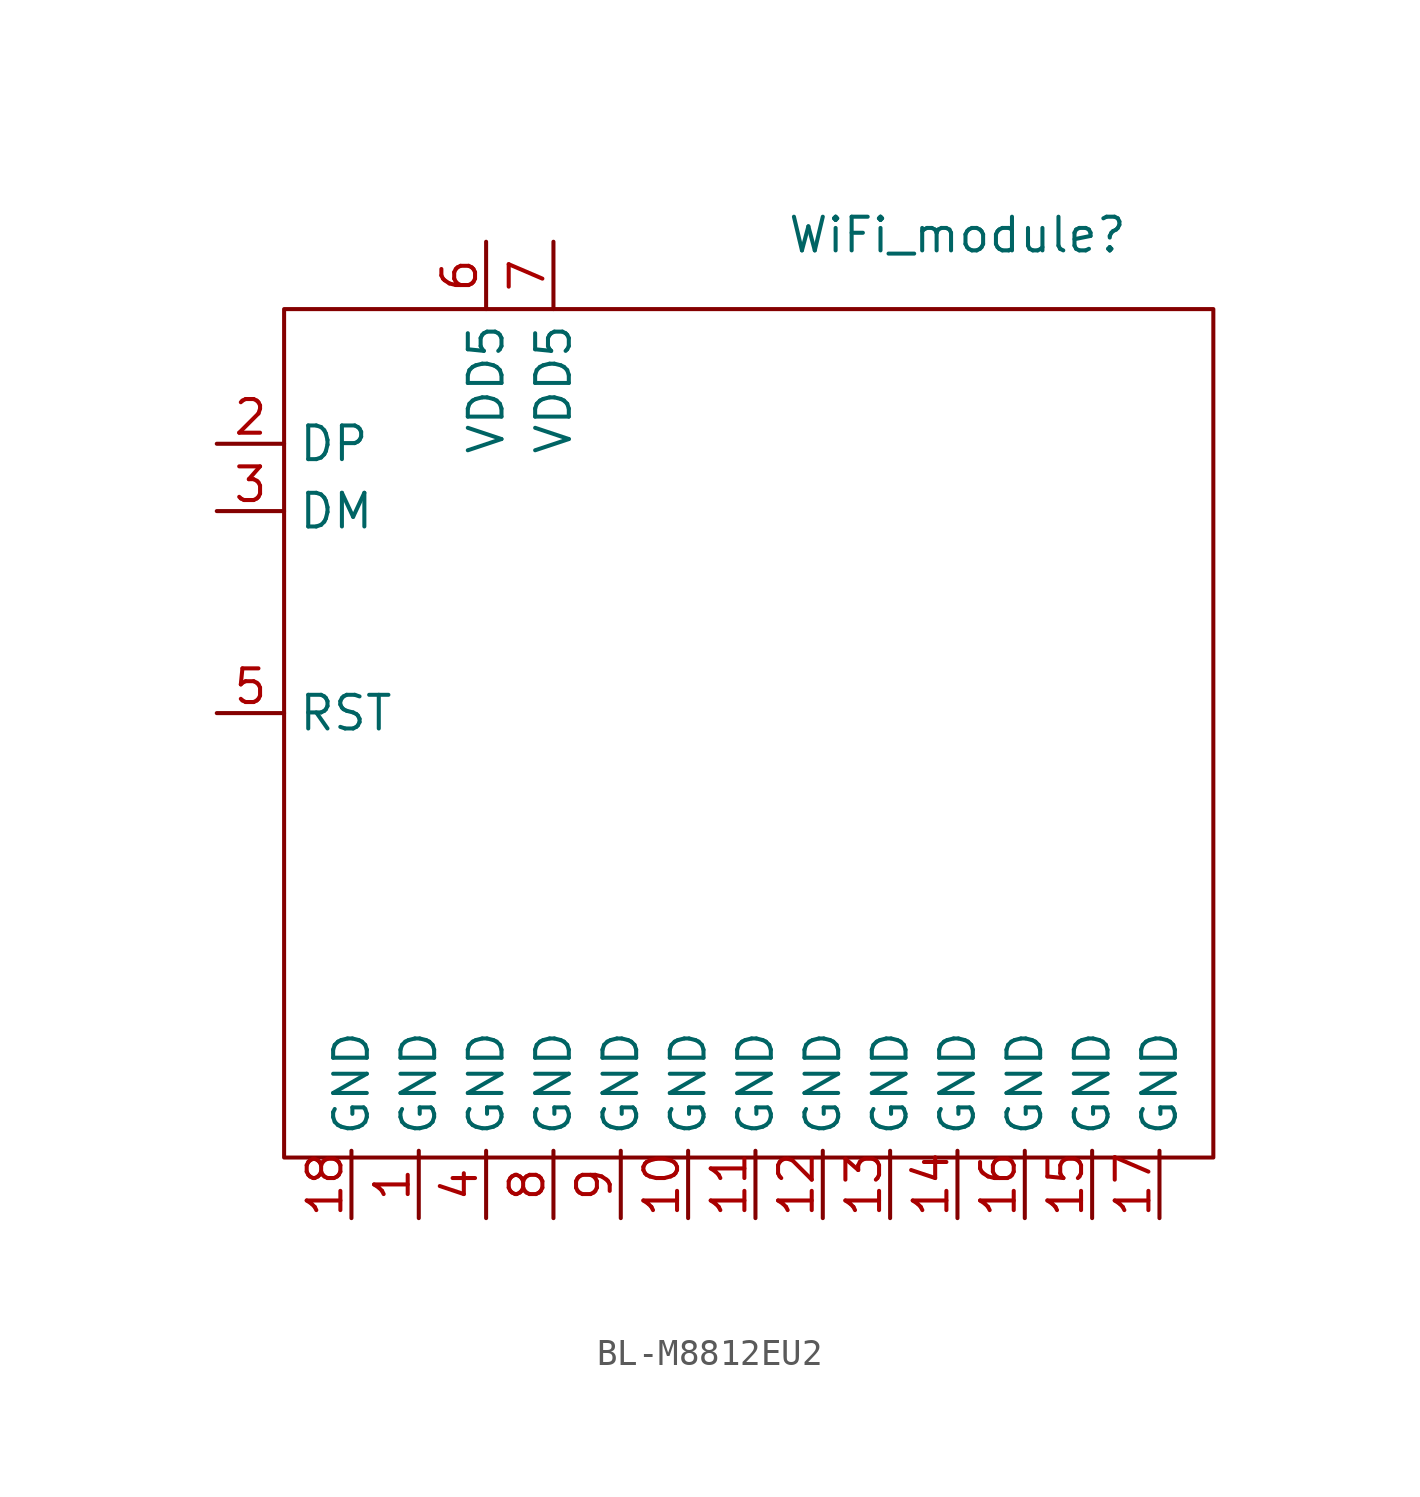
<source format=kicad_sym>
(kicad_symbol_lib
  (version 20241209)
  (generator "kicad_symbol_editor")
  (generator_version "9.0")
  (symbol "BL-M8812EU2"
    (property "Reference" "WiFi_module"
      (at 25.4 2.794 0)
      (effects (font (size 1.27 1.27))))
    (property "Value" ""
      (at 0 0 0)
      (effects (font (size 1.27 1.27))))
    (symbol "BL-M8812EU2_0_1"
      (rectangle (start 0 0) (end 35.052 -32.004) (stroke (width 0) (type default)) (fill (type none))))
    (symbol "BL-M8812EU2_1_1"
      (pin bidirectional line (at -2.54 -5.08 0) (length 2.54) (name "DP" (effects (font (size 1.27 1.27)))) (number "2" (effects (font (size 1.27 1.27)))))
      (pin bidirectional line (at -2.54 -7.62 0) (length 2.54) (name "DM" (effects (font (size 1.27 1.27)))) (number "3" (effects (font (size 1.27 1.27)))))
      (pin input line (at -2.54 -15.24 0) (length 2.54) (name "RST" (effects (font (size 1.27 1.27)))) (number "5" (effects (font (size 1.27 1.27)))))
      (pin power_in line (at 2.54 -34.29 90) (length 2.54) (name "GND" (effects (font (size 1.27 1.27)))) (number "18" (effects (font (size 1.27 1.27)))))
      (pin power_in line (at 5.08 -34.29 90) (length 2.54) (name "GND" (effects (font (size 1.27 1.27)))) (number "1" (effects (font (size 1.27 1.27)))))
      (pin power_in line (at 7.62 2.54 270) (length 2.54) (name "VDD5" (effects (font (size 1.27 1.27)))) (number "6" (effects (font (size 1.27 1.27)))))
      (pin power_in line (at 7.62 -34.29 90) (length 2.54) (name "GND" (effects (font (size 1.27 1.27)))) (number "4" (effects (font (size 1.27 1.27)))))
      (pin power_in line (at 10.16 2.54 270) (length 2.54) (name "VDD5" (effects (font (size 1.27 1.27)))) (number "7" (effects (font (size 1.27 1.27)))))
      (pin power_in line (at 10.16 -34.29 90) (length 2.54) (name "GND" (effects (font (size 1.27 1.27)))) (number "8" (effects (font (size 1.27 1.27)))))
      (pin power_in line (at 12.7 -34.29 90) (length 2.54) (name "GND" (effects (font (size 1.27 1.27)))) (number "9" (effects (font (size 1.27 1.27)))))
      (pin power_in line (at 15.24 -34.29 90) (length 2.54) (name "GND" (effects (font (size 1.27 1.27)))) (number "10" (effects (font (size 1.27 1.27)))))
      (pin power_in line (at 17.78 -34.29 90) (length 2.54) (name "GND" (effects (font (size 1.27 1.27)))) (number "11" (effects (font (size 1.27 1.27)))))
      (pin power_in line (at 20.32 -34.29 90) (length 2.54) (name "GND" (effects (font (size 1.27 1.27)))) (number "12" (effects (font (size 1.27 1.27)))))
      (pin power_in line (at 22.86 -34.29 90) (length 2.54) (name "GND" (effects (font (size 1.27 1.27)))) (number "13" (effects (font (size 1.27 1.27)))))
      (pin power_in line (at 25.4 -34.29 90) (length 2.54) (name "GND" (effects (font (size 1.27 1.27)))) (number "14" (effects (font (size 1.27 1.27)))))
      (pin power_in line (at 27.94 -34.29 90) (length 2.54) (name "GND" (effects (font (size 1.27 1.27)))) (number "16" (effects (font (size 1.27 1.27)))))
      (pin power_in line (at 30.48 -34.29 90) (length 2.54) (name "GND" (effects (font (size 1.27 1.27)))) (number "15" (effects (font (size 1.27 1.27)))))
      (pin power_in line (at 33.02 -34.29 90) (length 2.54) (name "GND" (effects (font (size 1.27 1.27)))) (number "17" (effects (font (size 1.27 1.27))))))))
</source>
